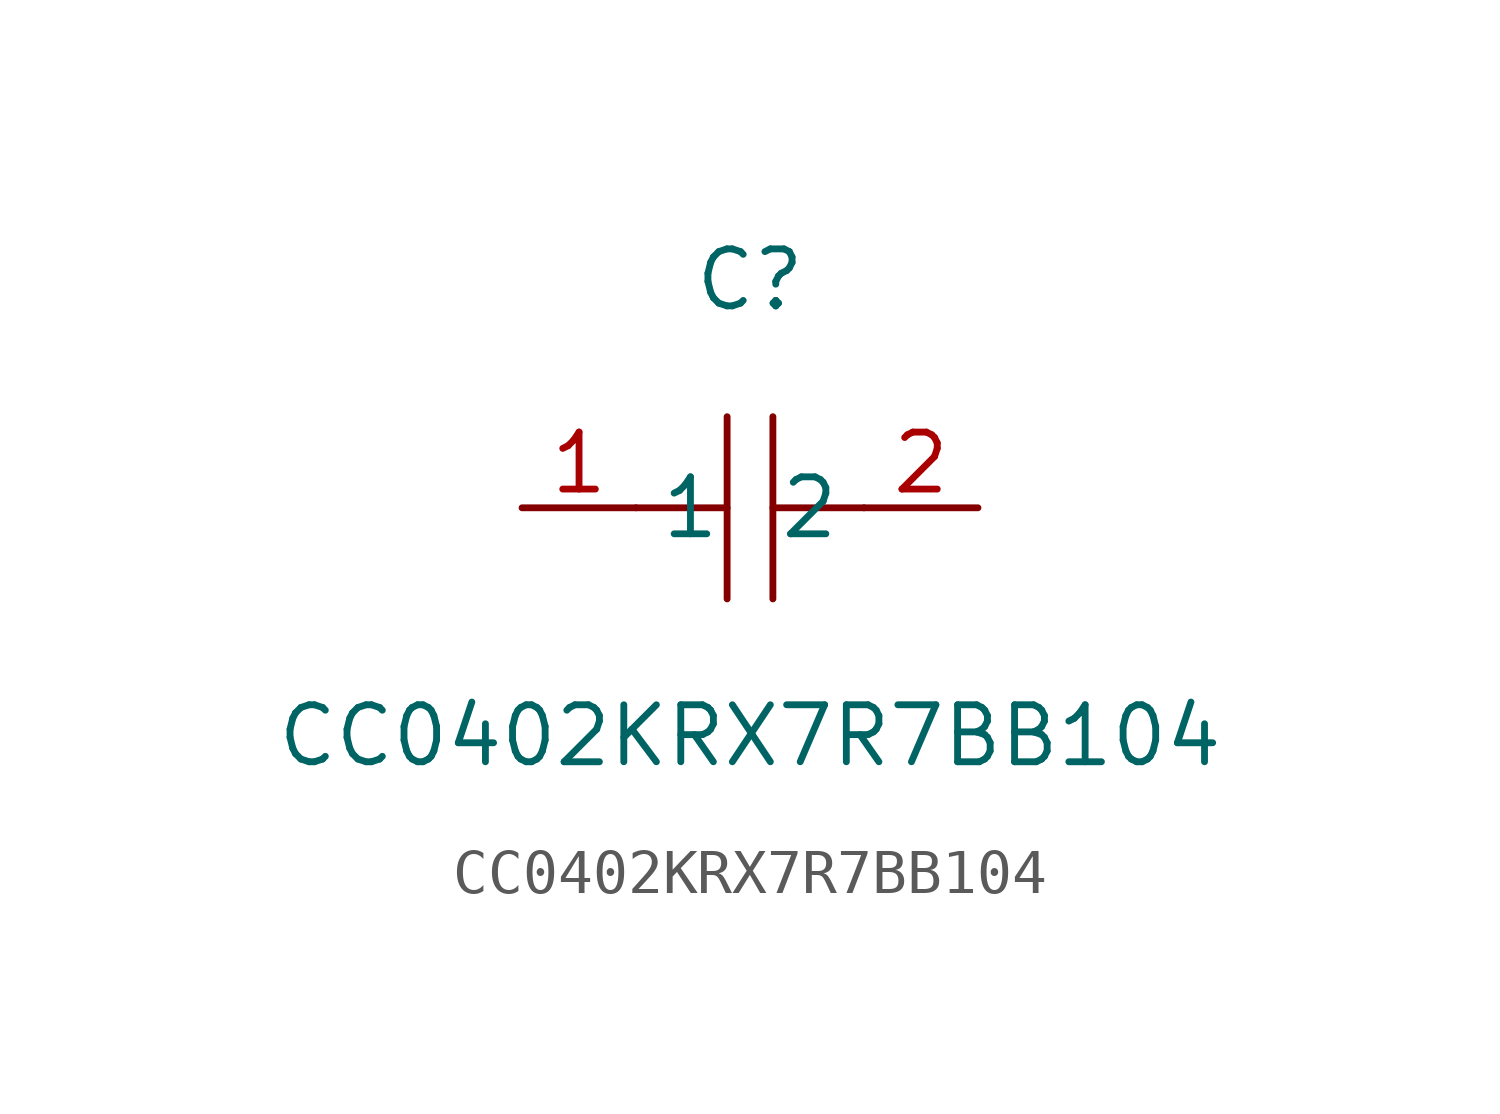
<source format=kicad_sym>
(kicad_symbol_lib
  (version 20211014)
  (generator https://github.com/uPesy/easyeda2kicad.py)
  (symbol "CC0402KRX7R7BB104"
    (property "Reference" "C"
      (at 0 5.08 0)
      (effects (font (size 1.27 1.27))))
    (property "Value" "CC0402KRX7R7BB104"
      (at 0 -5.08 0)
      (effects (font (size 1.27 1.27))))
    (symbol "CC0402KRX7R7BB104_0_1"
      (polyline (pts (xy -0.51 -2.03) (xy -0.51 2.03)) (stroke (width 0) (type default) (color 0 0 0 0)) (fill (type none)))
      (polyline (pts (xy 2.54 -0.00) (xy 0.51 -0.00)) (stroke (width 0) (type default) (color 0 0 0 0)) (fill (type none)))
      (polyline (pts (xy 0.51 2.03) (xy 0.51 -2.03)) (stroke (width 0) (type default) (color 0 0 0 0)) (fill (type none)))
      (polyline (pts (xy -0.51 -0.00) (xy -2.54 -0.00)) (stroke (width 0) (type default) (color 0 0 0 0)) (fill (type none)))
      (pin unspecified line (at -5.08 -0.00 0) (length 2.54) (name "1" (effects (font (size 1.27 1.27)))) (number "1" (effects (font (size 1.27 1.27)))))
      (pin unspecified line (at 5.08 -0.00 180) (length 2.54) (name "2" (effects (font (size 1.27 1.27)))) (number "2" (effects (font (size 1.27 1.27))))))))
</source>
